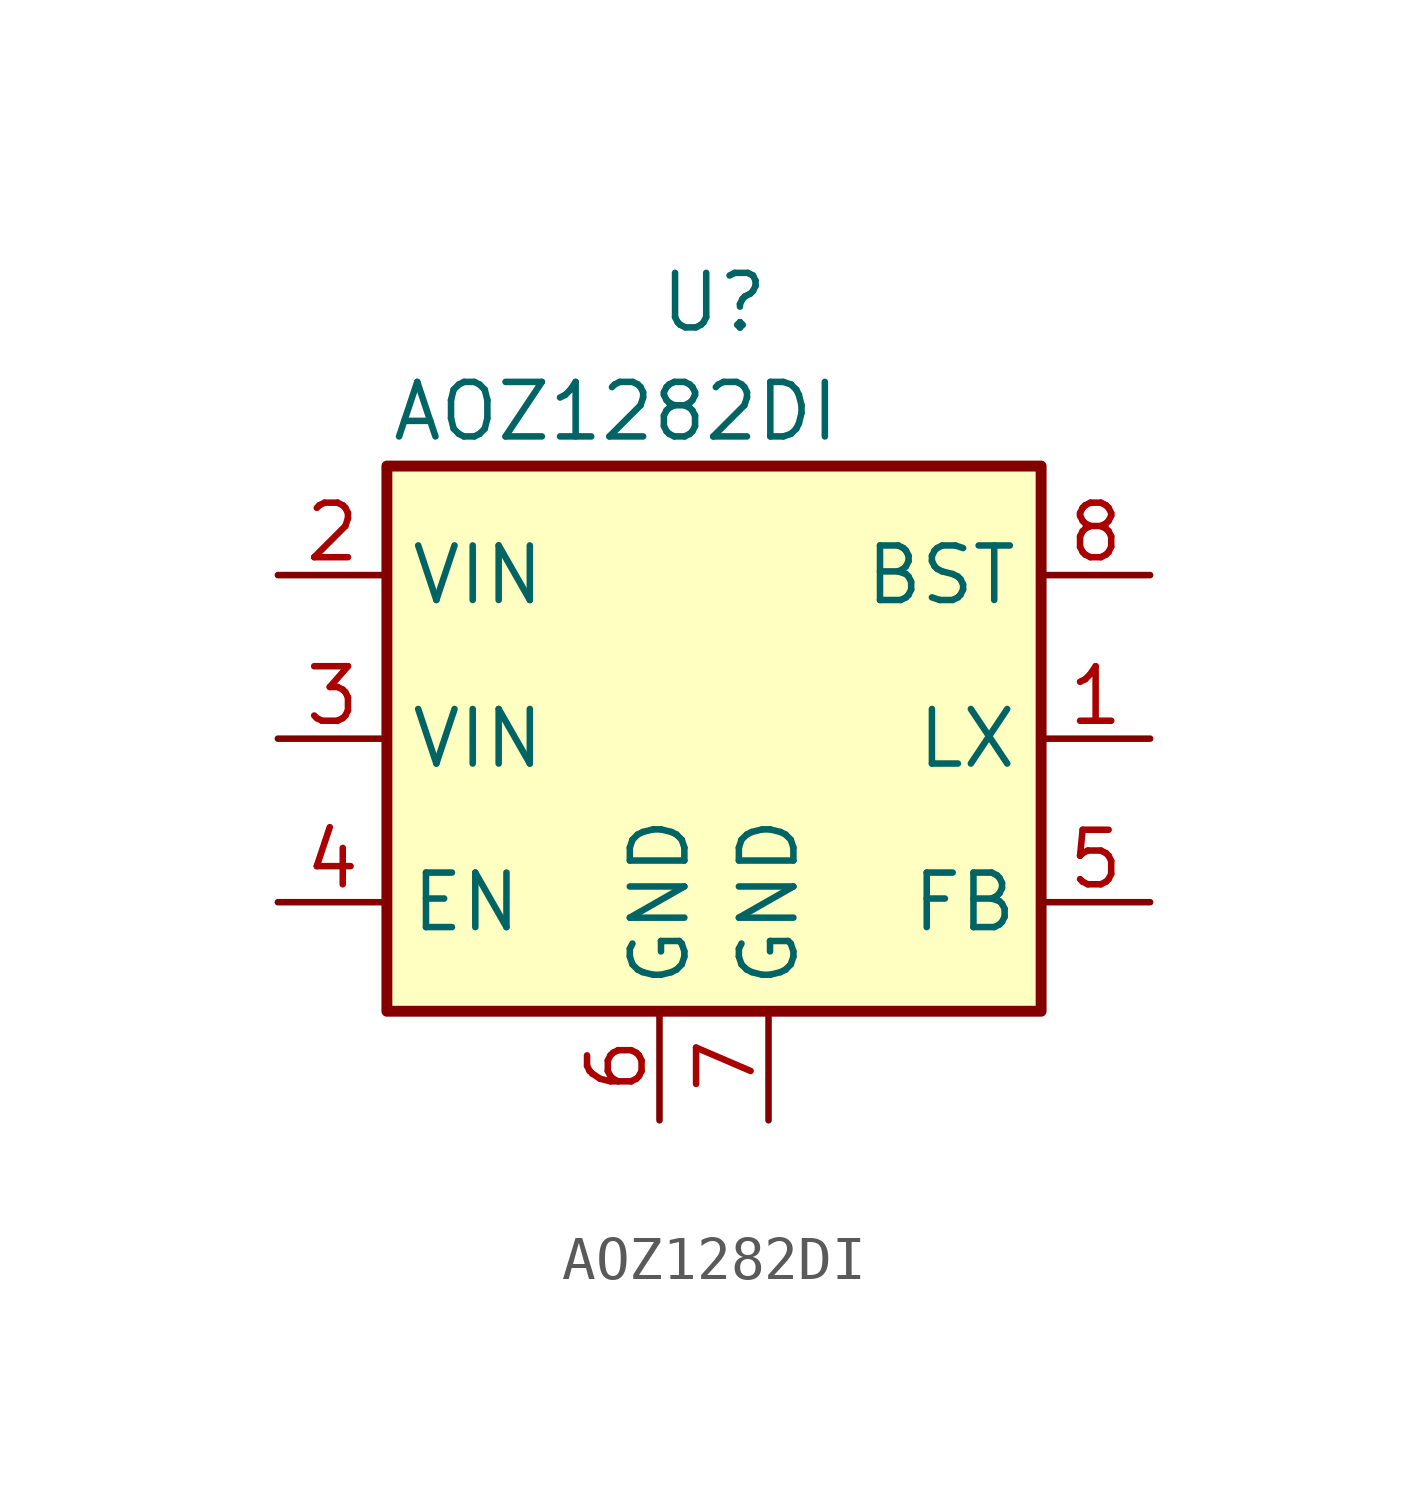
<source format=kicad_sym>
(kicad_symbol_lib
  (version 20231120)
  (generator "kicad_symbol_editor")
  (generator_version "8.0")
  (symbol "AOZ1282DI"
    (property "Reference" "U"
      (at 0 10.16 0)
      (effects (font (size 1.27 1.27))))
    (property "Value" "AOZ1282DI"
      (at -2.286 7.62 0)
      (effects (font (size 1.27 1.27))))
    (symbol "AOZ1282DI_0_1"
      (rectangle (start -7.62 6.35) (end 7.62 -6.35) (stroke (width 0.254) (type default)) (fill (type background))))
    (symbol "AOZ1282DI_1_1"
      (pin power_out line (at 10.16 0 180) (length 2.54) (name "LX" (effects (font (size 1.27 1.27)))) (number "1" (effects (font (size 1.27 1.27)))))
      (pin power_in line (at -10.16 3.81 0) (length 2.54) (name "VIN" (effects (font (size 1.27 1.27)))) (number "2" (effects (font (size 1.27 1.27)))))
      (pin power_in line (at -10.16 0 0) (length 2.54) (name "VIN" (effects (font (size 1.27 1.27)))) (number "3" (effects (font (size 1.27 1.27)))))
      (pin input line (at -10.16 -3.81 0) (length 2.54) (name "EN" (effects (font (size 1.27 1.27)))) (number "4" (effects (font (size 1.27 1.27)))))
      (pin input line (at 10.16 -3.81 180) (length 2.54) (name "FB" (effects (font (size 1.27 1.27)))) (number "5" (effects (font (size 1.27 1.27)))))
      (pin power_in line (at -1.27 -8.89 90) (length 2.54) (name "GND" (effects (font (size 1.27 1.27)))) (number "6" (effects (font (size 1.27 1.27)))))
      (pin power_in line (at 1.27 -8.89 90) (length 2.54) (name "GND" (effects (font (size 1.27 1.27)))) (number "7" (effects (font (size 1.27 1.27)))))
      (pin input line (at 10.16 3.81 180) (length 2.54) (name "BST" (effects (font (size 1.27 1.27)))) (number "8" (effects (font (size 1.27 1.27))))))))
</source>
